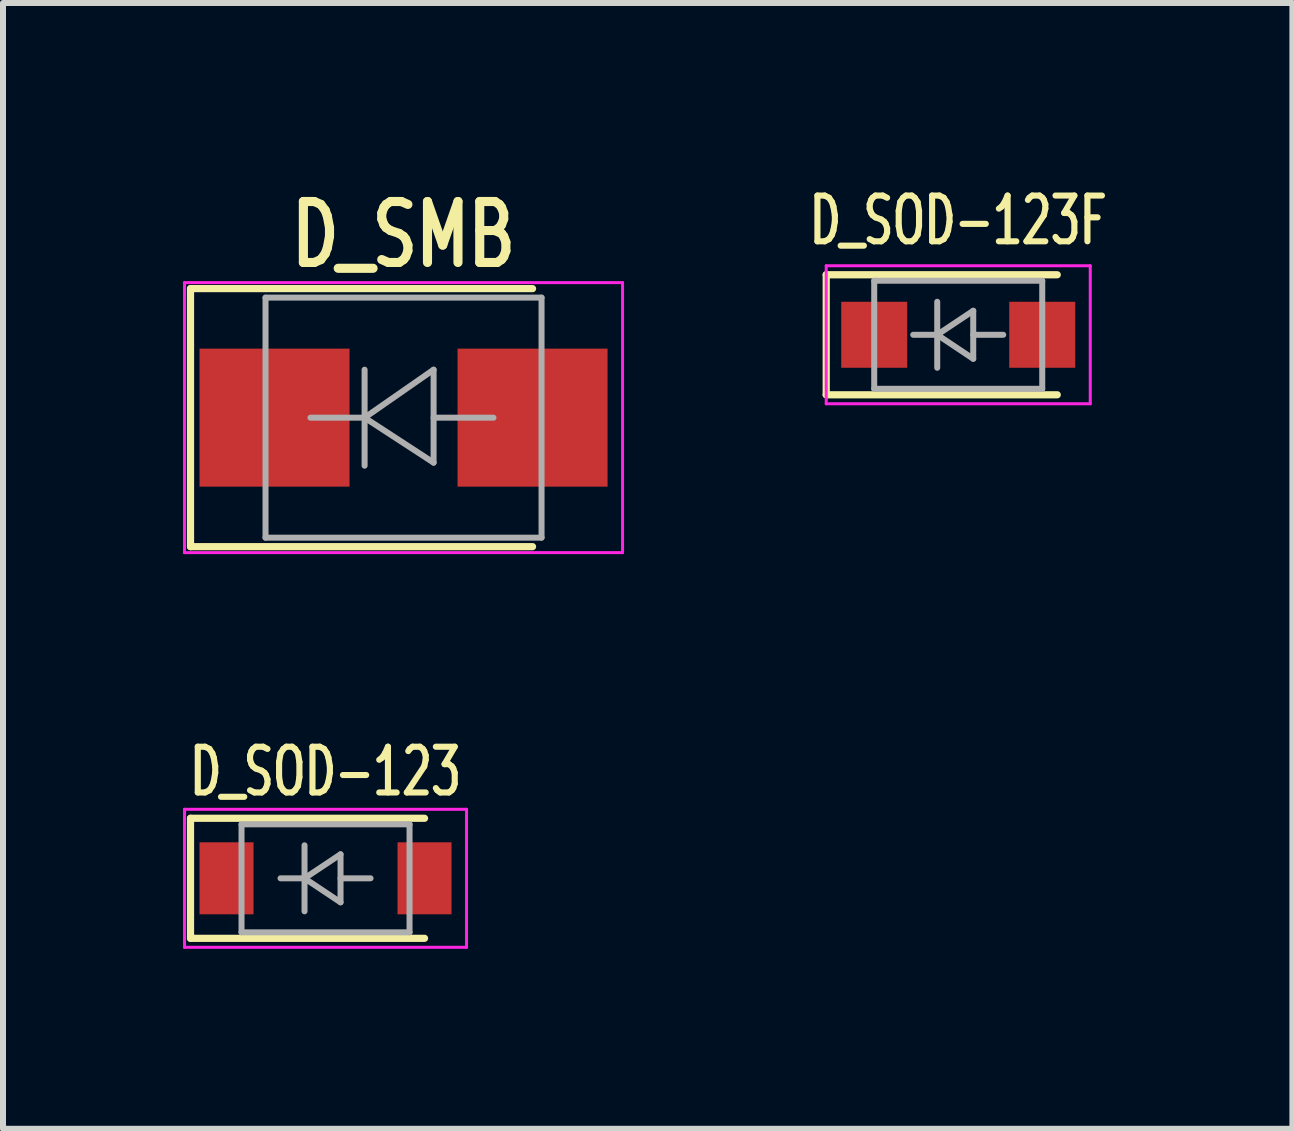
<source format=kicad_pcb>
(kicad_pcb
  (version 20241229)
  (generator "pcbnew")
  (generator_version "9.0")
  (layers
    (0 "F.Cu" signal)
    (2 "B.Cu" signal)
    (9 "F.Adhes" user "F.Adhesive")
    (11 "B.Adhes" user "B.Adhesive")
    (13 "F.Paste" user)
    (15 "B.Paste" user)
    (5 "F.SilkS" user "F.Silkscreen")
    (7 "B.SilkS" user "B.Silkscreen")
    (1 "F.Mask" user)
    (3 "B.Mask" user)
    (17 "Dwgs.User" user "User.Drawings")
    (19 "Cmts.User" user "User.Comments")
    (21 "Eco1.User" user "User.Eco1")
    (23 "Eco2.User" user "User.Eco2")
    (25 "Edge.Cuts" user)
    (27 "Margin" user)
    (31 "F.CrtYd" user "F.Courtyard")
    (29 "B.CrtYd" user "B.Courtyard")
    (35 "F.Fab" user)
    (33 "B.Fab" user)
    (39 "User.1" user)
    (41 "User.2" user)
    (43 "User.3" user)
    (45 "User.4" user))
  (footprint "D_SOD-123F"
    (layer "F.Cu")
    (at 12.919 2.529)
    (property "Reference" "D_SOD-123F" (at 0 -1.905 0) (layer "F.SilkS") (effects (font (size 0.762 0.508) (thickness 0.102))))
    (attr smd)
    (fp_line (start -2.2 -1) (end -2.2 1) (stroke (width 0.12) (type solid)) (layer "F.SilkS"))
    (fp_line (start -2.2 -1) (end 1.65 -1) (stroke (width 0.12) (type solid)) (layer "F.SilkS"))
    (fp_line (start -2.2 1) (end 1.65 1) (stroke (width 0.12) (type solid)) (layer "F.SilkS"))
    (fp_line (start -2.2 -1.15) (end -2.2 1.15) (stroke (width 0.05) (type solid)) (layer "F.CrtYd"))
    (fp_line (start -2.2 -1.15) (end 2.2 -1.15) (stroke (width 0.05) (type solid)) (layer "F.CrtYd"))
    (fp_line (start 2.2 -1.15) (end 2.2 1.15) (stroke (width 0.05) (type solid)) (layer "F.CrtYd"))
    (fp_line (start 2.2 1.15) (end -2.2 1.15) (stroke (width 0.05) (type solid)) (layer "F.CrtYd"))
    (fp_line (start -1.4 -0.9) (end 1.4 -0.9) (stroke (width 0.1) (type solid)) (layer "F.Fab"))
    (fp_line (start -1.4 0.9) (end -1.4 -0.9) (stroke (width 0.1) (type solid)) (layer "F.Fab"))
    (fp_line (start -0.75 0) (end -0.35 0) (stroke (width 0.1) (type solid)) (layer "F.Fab"))
    (fp_line (start -0.35 0) (end -0.35 -0.55) (stroke (width 0.1) (type solid)) (layer "F.Fab"))
    (fp_line (start -0.35 0) (end -0.35 0.55) (stroke (width 0.1) (type solid)) (layer "F.Fab"))
    (fp_line (start -0.35 0) (end 0.25 -0.4) (stroke (width 0.1) (type solid)) (layer "F.Fab"))
    (fp_line (start 0.25 -0.4) (end 0.25 0.4) (stroke (width 0.1) (type solid)) (layer "F.Fab"))
    (fp_line (start 0.25 0) (end 0.75 0) (stroke (width 0.1) (type solid)) (layer "F.Fab"))
    (fp_line (start 0.25 0.4) (end -0.35 0) (stroke (width 0.1) (type solid)) (layer "F.Fab"))
    (fp_line (start 1.4 -0.9) (end 1.4 0.9) (stroke (width 0.1) (type solid)) (layer "F.Fab"))
    (fp_line (start 1.4 0.9) (end -1.4 0.9) (stroke (width 0.1) (type solid)) (layer "F.Fab"))
    (pad "1" smd rect (at -1.4 0) (size 1.1 1.1) (layers "F.Cu" "F.Mask" "F.Paste"))
    (pad "2" smd rect (at 1.4 0) (size 1.1 1.1) (layers "F.Cu" "F.Mask" "F.Paste")))
  (footprint "D_SOD-123"
    (layer "F.Cu")
    (at 2.375 11.587)
    (property "Reference" "D_SOD-123" (at 0 -1.778 0) (layer "F.SilkS") (effects (font (size 0.762 0.508) (thickness 0.102))))
    (attr smd)
    (fp_line (start -2.25 -1) (end -2.25 1) (stroke (width 0.12) (type solid)) (layer "F.SilkS"))
    (fp_line (start -2.25 -1) (end 1.65 -1) (stroke (width 0.12) (type solid)) (layer "F.SilkS"))
    (fp_line (start -2.25 1) (end 1.65 1) (stroke (width 0.12) (type solid)) (layer "F.SilkS"))
    (fp_line (start -2.35 -1.15) (end -2.35 1.15) (stroke (width 0.05) (type solid)) (layer "F.CrtYd"))
    (fp_line (start -2.35 -1.15) (end 2.35 -1.15) (stroke (width 0.05) (type solid)) (layer "F.CrtYd"))
    (fp_line (start 2.35 -1.15) (end 2.35 1.15) (stroke (width 0.05) (type solid)) (layer "F.CrtYd"))
    (fp_line (start 2.35 1.15) (end -2.35 1.15) (stroke (width 0.05) (type solid)) (layer "F.CrtYd"))
    (fp_line (start -1.4 -0.9) (end 1.4 -0.9) (stroke (width 0.1) (type solid)) (layer "F.Fab"))
    (fp_line (start -1.4 0.9) (end -1.4 -0.9) (stroke (width 0.1) (type solid)) (layer "F.Fab"))
    (fp_line (start -0.75 0) (end -0.35 0) (stroke (width 0.1) (type solid)) (layer "F.Fab"))
    (fp_line (start -0.35 0) (end -0.35 -0.55) (stroke (width 0.1) (type solid)) (layer "F.Fab"))
    (fp_line (start -0.35 0) (end -0.35 0.55) (stroke (width 0.1) (type solid)) (layer "F.Fab"))
    (fp_line (start -0.35 0) (end 0.25 -0.4) (stroke (width 0.1) (type solid)) (layer "F.Fab"))
    (fp_line (start 0.25 -0.4) (end 0.25 0.4) (stroke (width 0.1) (type solid)) (layer "F.Fab"))
    (fp_line (start 0.25 0) (end 0.75 0) (stroke (width 0.1) (type solid)) (layer "F.Fab"))
    (fp_line (start 0.25 0.4) (end -0.35 0) (stroke (width 0.1) (type solid)) (layer "F.Fab"))
    (fp_line (start 1.4 -0.9) (end 1.4 0.9) (stroke (width 0.1) (type solid)) (layer "F.Fab"))
    (fp_line (start 1.4 0.9) (end -1.4 0.9) (stroke (width 0.1) (type solid)) (layer "F.Fab"))
    (pad "1" smd rect (at -1.65 0) (size 0.9 1.2) (layers "F.Cu" "F.Mask" "F.Paste"))
    (pad "2" smd rect (at 1.65 0) (size 0.9 1.2) (layers "F.Cu" "F.Mask" "F.Paste")))
  (footprint "D_SMB"
    (layer "F.Cu")
    (at 3.675 3.91)
    (property "Reference" "D_SMB" (at 0 -3.048 0) (layer "F.SilkS") (effects (font (size 1.016 0.762) (thickness 0.152))))
    (attr smd)
    (fp_line (start -3.55 -2.15) (end -3.55 2.15) (stroke (width 0.12) (type solid)) (layer "F.SilkS"))
    (fp_line (start -3.55 -2.15) (end 2.15 -2.15) (stroke (width 0.12) (type solid)) (layer "F.SilkS"))
    (fp_line (start -3.55 2.15) (end 2.15 2.15) (stroke (width 0.12) (type solid)) (layer "F.SilkS"))
    (fp_line (start -3.65 -2.25) (end 3.65 -2.25) (stroke (width 0.05) (type solid)) (layer "F.CrtYd"))
    (fp_line (start -3.65 2.25) (end -3.65 -2.25) (stroke (width 0.05) (type solid)) (layer "F.CrtYd"))
    (fp_line (start 3.65 -2.25) (end 3.65 2.25) (stroke (width 0.05) (type solid)) (layer "F.CrtYd"))
    (fp_line (start 3.65 2.25) (end -3.65 2.25) (stroke (width 0.05) (type solid)) (layer "F.CrtYd"))
    (fp_line (start -2.3 2) (end -2.3 -2) (stroke (width 0.1) (type solid)) (layer "F.Fab"))
    (fp_line (start -0.649 -0.799) (end -0.649 0.801) (stroke (width 0.1) (type solid)) (layer "F.Fab"))
    (fp_line (start -0.649 0.001) (end -1.551 0.001) (stroke (width 0.1) (type solid)) (layer "F.Fab"))
    (fp_line (start -0.649 0.001) (end 0.501 -0.799) (stroke (width 0.1) (type solid)) (layer "F.Fab"))
    (fp_line (start -0.649 0.001) (end 0.501 0.75) (stroke (width 0.1) (type solid)) (layer "F.Fab"))
    (fp_line (start 0.501 0.001) (end 1.499 0.001) (stroke (width 0.1) (type solid)) (layer "F.Fab"))
    (fp_line (start 0.501 0.75) (end 0.501 -0.799) (stroke (width 0.1) (type solid)) (layer "F.Fab"))
    (fp_line (start 2.3 -2) (end -2.3 -2) (stroke (width 0.1) (type solid)) (layer "F.Fab"))
    (fp_line (start 2.3 -2) (end 2.3 2) (stroke (width 0.1) (type solid)) (layer "F.Fab"))
    (fp_line (start 2.3 2) (end -2.3 2) (stroke (width 0.1) (type solid)) (layer "F.Fab"))
    (pad "1" smd rect (at -2.15 0) (size 2.5 2.3) (layers "F.Cu" "F.Mask" "F.Paste"))
    (pad "2" smd rect (at 2.15 0) (size 2.5 2.3) (layers "F.Cu" "F.Mask" "F.Paste")))
  (gr_rect
    (start -3 -3)
    (end 18.488 15.762)
    (stroke (width 0.1) (type default))
    (fill no)
    (layer "Edge.Cuts")))
</source>
